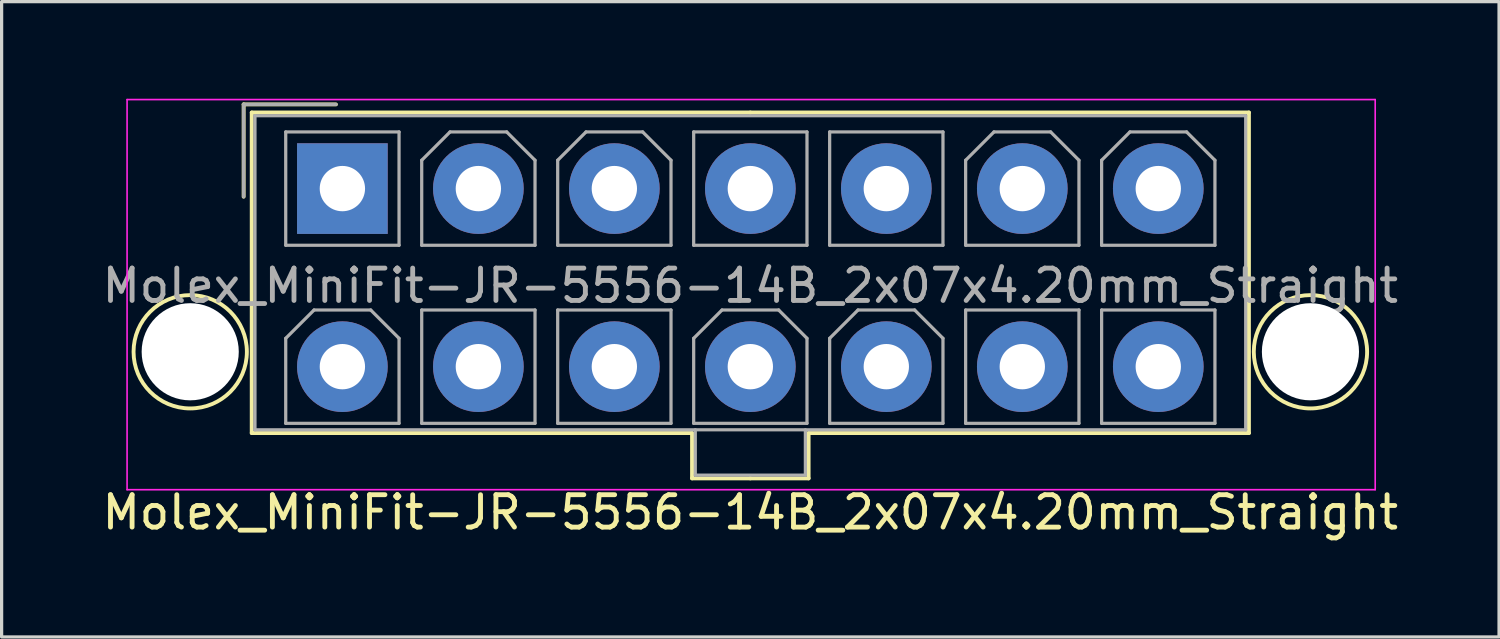
<source format=kicad_pcb>
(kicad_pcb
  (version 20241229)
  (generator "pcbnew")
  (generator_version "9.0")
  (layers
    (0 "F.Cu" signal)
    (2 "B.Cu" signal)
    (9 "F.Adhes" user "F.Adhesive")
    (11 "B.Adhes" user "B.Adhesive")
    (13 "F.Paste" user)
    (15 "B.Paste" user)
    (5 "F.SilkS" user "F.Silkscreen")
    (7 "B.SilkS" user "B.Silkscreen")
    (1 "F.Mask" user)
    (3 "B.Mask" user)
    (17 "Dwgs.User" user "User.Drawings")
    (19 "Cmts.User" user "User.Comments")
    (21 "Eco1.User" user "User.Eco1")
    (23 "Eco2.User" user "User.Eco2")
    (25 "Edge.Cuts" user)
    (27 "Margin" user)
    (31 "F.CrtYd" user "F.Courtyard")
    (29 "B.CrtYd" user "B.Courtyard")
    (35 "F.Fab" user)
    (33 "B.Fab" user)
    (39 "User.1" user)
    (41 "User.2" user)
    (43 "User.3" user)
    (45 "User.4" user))
  (footprint "Molex_MiniFit-JR-5556-14B_2x07x4.20mm_Straight"
    (layer "F.Cu")
    (at 7.525 2.775)
    (property "Reference" "Molex_MiniFit-JR-5556-14B_2x07x4.20mm_Straight" (at 12.6 10 0) (layer "F.SilkS") (effects (font (size 1 1) (thickness 0.15))))
    (attr through_hole)
    (fp_line (start -3.05 -2.6) (end -3.05 0.25) (stroke (width 0.12) (type solid)) (layer "F.SilkS"))
    (fp_line (start -2.8 -2.35) (end -2.8 7.55) (stroke (width 0.12) (type solid)) (layer "F.SilkS"))
    (fp_line (start -2.8 7.55) (end 10.8 7.55) (stroke (width 0.12) (type solid)) (layer "F.SilkS"))
    (fp_line (start -0.2 -2.6) (end -3.05 -2.6) (stroke (width 0.12) (type solid)) (layer "F.SilkS"))
    (fp_line (start 10.8 7.55) (end 10.8 8.95) (stroke (width 0.12) (type solid)) (layer "F.SilkS"))
    (fp_line (start 10.8 8.95) (end 12.6 8.95) (stroke (width 0.12) (type solid)) (layer "F.SilkS"))
    (fp_line (start 12.6 -2.35) (end -2.8 -2.35) (stroke (width 0.12) (type solid)) (layer "F.SilkS"))
    (fp_line (start 12.6 -2.35) (end 28 -2.35) (stroke (width 0.12) (type solid)) (layer "F.SilkS"))
    (fp_line (start 14.4 7.55) (end 14.4 8.95) (stroke (width 0.12) (type solid)) (layer "F.SilkS"))
    (fp_line (start 14.4 8.95) (end 12.6 8.95) (stroke (width 0.12) (type solid)) (layer "F.SilkS"))
    (fp_line (start 28 -2.35) (end 28 7.55) (stroke (width 0.12) (type solid)) (layer "F.SilkS"))
    (fp_line (start 28 7.55) (end 14.4 7.55) (stroke (width 0.12) (type solid)) (layer "F.SilkS"))
    (fp_circle (center -4.7 5.04) (end -2.95 5.04) (stroke (width 0.12) (type solid)) (fill no) (layer "F.SilkS"))
    (fp_circle (center 29.9 5.04) (end 31.65 5.04) (stroke (width 0.12) (type solid)) (fill no) (layer "F.SilkS"))
    (fp_line (start -6.65 -2.75) (end -6.65 9.3) (stroke (width 0.05) (type solid)) (layer "F.CrtYd"))
    (fp_line (start -6.65 9.3) (end 31.9 9.3) (stroke (width 0.05) (type solid)) (layer "F.CrtYd"))
    (fp_line (start 31.9 -2.75) (end -6.65 -2.75) (stroke (width 0.05) (type solid)) (layer "F.CrtYd"))
    (fp_line (start 31.9 9.3) (end 31.9 -2.75) (stroke (width 0.05) (type solid)) (layer "F.CrtYd"))
    (fp_line (start -3.05 -2.6) (end -3.05 0.25) (stroke (width 0.1) (type solid)) (layer "F.Fab"))
    (fp_line (start -2.7 -2.25) (end -2.7 7.45) (stroke (width 0.1) (type solid)) (layer "F.Fab"))
    (fp_line (start -2.7 7.45) (end 27.9 7.45) (stroke (width 0.1) (type solid)) (layer "F.Fab"))
    (fp_line (start -1.75 -1.75) (end -1.75 1.75) (stroke (width 0.1) (type solid)) (layer "F.Fab"))
    (fp_line (start -1.75 1.75) (end 1.75 1.75) (stroke (width 0.1) (type solid)) (layer "F.Fab"))
    (fp_line (start -1.75 4.625) (end -0.875 3.75) (stroke (width 0.1) (type solid)) (layer "F.Fab"))
    (fp_line (start -1.75 7.25) (end -1.75 4.625) (stroke (width 0.1) (type solid)) (layer "F.Fab"))
    (fp_line (start -0.875 3.75) (end 0.875 3.75) (stroke (width 0.1) (type solid)) (layer "F.Fab"))
    (fp_line (start -0.2 -2.6) (end -3.05 -2.6) (stroke (width 0.1) (type solid)) (layer "F.Fab"))
    (fp_line (start 0.875 3.75) (end 1.75 4.625) (stroke (width 0.1) (type solid)) (layer "F.Fab"))
    (fp_line (start 1.75 -1.75) (end -1.75 -1.75) (stroke (width 0.1) (type solid)) (layer "F.Fab"))
    (fp_line (start 1.75 1.75) (end 1.75 -1.75) (stroke (width 0.1) (type solid)) (layer "F.Fab"))
    (fp_line (start 1.75 4.625) (end 1.75 7.25) (stroke (width 0.1) (type solid)) (layer "F.Fab"))
    (fp_line (start 1.75 7.25) (end -1.75 7.25) (stroke (width 0.1) (type solid)) (layer "F.Fab"))
    (fp_line (start 2.45 -0.875) (end 3.325 -1.75) (stroke (width 0.1) (type solid)) (layer "F.Fab"))
    (fp_line (start 2.45 1.75) (end 2.45 -0.875) (stroke (width 0.1) (type solid)) (layer "F.Fab"))
    (fp_line (start 2.45 3.75) (end 2.45 7.25) (stroke (width 0.1) (type solid)) (layer "F.Fab"))
    (fp_line (start 2.45 7.25) (end 5.95 7.25) (stroke (width 0.1) (type solid)) (layer "F.Fab"))
    (fp_line (start 3.325 -1.75) (end 5.075 -1.75) (stroke (width 0.1) (type solid)) (layer "F.Fab"))
    (fp_line (start 5.075 -1.75) (end 5.95 -0.875) (stroke (width 0.1) (type solid)) (layer "F.Fab"))
    (fp_line (start 5.95 -0.875) (end 5.95 1.75) (stroke (width 0.1) (type solid)) (layer "F.Fab"))
    (fp_line (start 5.95 1.75) (end 2.45 1.75) (stroke (width 0.1) (type solid)) (layer "F.Fab"))
    (fp_line (start 5.95 3.75) (end 2.45 3.75) (stroke (width 0.1) (type solid)) (layer "F.Fab"))
    (fp_line (start 5.95 7.25) (end 5.95 3.75) (stroke (width 0.1) (type solid)) (layer "F.Fab"))
    (fp_line (start 6.65 -0.875) (end 7.525 -1.75) (stroke (width 0.1) (type solid)) (layer "F.Fab"))
    (fp_line (start 6.65 1.75) (end 6.65 -0.875) (stroke (width 0.1) (type solid)) (layer "F.Fab"))
    (fp_line (start 6.65 3.75) (end 6.65 7.25) (stroke (width 0.1) (type solid)) (layer "F.Fab"))
    (fp_line (start 6.65 7.25) (end 10.15 7.25) (stroke (width 0.1) (type solid)) (layer "F.Fab"))
    (fp_line (start 7.525 -1.75) (end 9.275 -1.75) (stroke (width 0.1) (type solid)) (layer "F.Fab"))
    (fp_line (start 9.275 -1.75) (end 10.15 -0.875) (stroke (width 0.1) (type solid)) (layer "F.Fab"))
    (fp_line (start 10.15 -0.875) (end 10.15 1.75) (stroke (width 0.1) (type solid)) (layer "F.Fab"))
    (fp_line (start 10.15 1.75) (end 6.65 1.75) (stroke (width 0.1) (type solid)) (layer "F.Fab"))
    (fp_line (start 10.15 3.75) (end 6.65 3.75) (stroke (width 0.1) (type solid)) (layer "F.Fab"))
    (fp_line (start 10.15 7.25) (end 10.15 3.75) (stroke (width 0.1) (type solid)) (layer "F.Fab"))
    (fp_line (start 10.85 -1.75) (end 10.85 1.75) (stroke (width 0.1) (type solid)) (layer "F.Fab"))
    (fp_line (start 10.85 1.75) (end 14.35 1.75) (stroke (width 0.1) (type solid)) (layer "F.Fab"))
    (fp_line (start 10.85 4.625) (end 11.725 3.75) (stroke (width 0.1) (type solid)) (layer "F.Fab"))
    (fp_line (start 10.85 7.25) (end 10.85 4.625) (stroke (width 0.1) (type solid)) (layer "F.Fab"))
    (fp_line (start 10.9 7.45) (end 10.9 8.85) (stroke (width 0.1) (type solid)) (layer "F.Fab"))
    (fp_line (start 10.9 8.85) (end 14.3 8.85) (stroke (width 0.1) (type solid)) (layer "F.Fab"))
    (fp_line (start 11.725 3.75) (end 13.475 3.75) (stroke (width 0.1) (type solid)) (layer "F.Fab"))
    (fp_line (start 13.475 3.75) (end 14.35 4.625) (stroke (width 0.1) (type solid)) (layer "F.Fab"))
    (fp_line (start 14.3 8.85) (end 14.3 7.45) (stroke (width 0.1) (type solid)) (layer "F.Fab"))
    (fp_line (start 14.35 -1.75) (end 10.85 -1.75) (stroke (width 0.1) (type solid)) (layer "F.Fab"))
    (fp_line (start 14.35 1.75) (end 14.35 -1.75) (stroke (width 0.1) (type solid)) (layer "F.Fab"))
    (fp_line (start 14.35 4.625) (end 14.35 7.25) (stroke (width 0.1) (type solid)) (layer "F.Fab"))
    (fp_line (start 14.35 7.25) (end 10.85 7.25) (stroke (width 0.1) (type solid)) (layer "F.Fab"))
    (fp_line (start 15.05 -1.75) (end 15.05 1.75) (stroke (width 0.1) (type solid)) (layer "F.Fab"))
    (fp_line (start 15.05 1.75) (end 18.55 1.75) (stroke (width 0.1) (type solid)) (layer "F.Fab"))
    (fp_line (start 15.05 4.625) (end 15.925 3.75) (stroke (width 0.1) (type solid)) (layer "F.Fab"))
    (fp_line (start 15.05 7.25) (end 15.05 4.625) (stroke (width 0.1) (type solid)) (layer "F.Fab"))
    (fp_line (start 15.925 3.75) (end 17.675 3.75) (stroke (width 0.1) (type solid)) (layer "F.Fab"))
    (fp_line (start 17.675 3.75) (end 18.55 4.625) (stroke (width 0.1) (type solid)) (layer "F.Fab"))
    (fp_line (start 18.55 -1.75) (end 15.05 -1.75) (stroke (width 0.1) (type solid)) (layer "F.Fab"))
    (fp_line (start 18.55 1.75) (end 18.55 -1.75) (stroke (width 0.1) (type solid)) (layer "F.Fab"))
    (fp_line (start 18.55 4.625) (end 18.55 7.25) (stroke (width 0.1) (type solid)) (layer "F.Fab"))
    (fp_line (start 18.55 7.25) (end 15.05 7.25) (stroke (width 0.1) (type solid)) (layer "F.Fab"))
    (fp_line (start 19.25 -0.875) (end 20.125 -1.75) (stroke (width 0.1) (type solid)) (layer "F.Fab"))
    (fp_line (start 19.25 1.75) (end 19.25 -0.875) (stroke (width 0.1) (type solid)) (layer "F.Fab"))
    (fp_line (start 19.25 3.75) (end 19.25 7.25) (stroke (width 0.1) (type solid)) (layer "F.Fab"))
    (fp_line (start 19.25 7.25) (end 22.75 7.25) (stroke (width 0.1) (type solid)) (layer "F.Fab"))
    (fp_line (start 20.125 -1.75) (end 21.875 -1.75) (stroke (width 0.1) (type solid)) (layer "F.Fab"))
    (fp_line (start 21.875 -1.75) (end 22.75 -0.875) (stroke (width 0.1) (type solid)) (layer "F.Fab"))
    (fp_line (start 22.75 -0.875) (end 22.75 1.75) (stroke (width 0.1) (type solid)) (layer "F.Fab"))
    (fp_line (start 22.75 1.75) (end 19.25 1.75) (stroke (width 0.1) (type solid)) (layer "F.Fab"))
    (fp_line (start 22.75 3.75) (end 19.25 3.75) (stroke (width 0.1) (type solid)) (layer "F.Fab"))
    (fp_line (start 22.75 7.25) (end 22.75 3.75) (stroke (width 0.1) (type solid)) (layer "F.Fab"))
    (fp_line (start 23.45 -0.875) (end 24.325 -1.75) (stroke (width 0.1) (type solid)) (layer "F.Fab"))
    (fp_line (start 23.45 1.75) (end 23.45 -0.875) (stroke (width 0.1) (type solid)) (layer "F.Fab"))
    (fp_line (start 23.45 3.75) (end 23.45 7.25) (stroke (width 0.1) (type solid)) (layer "F.Fab"))
    (fp_line (start 23.45 7.25) (end 26.95 7.25) (stroke (width 0.1) (type solid)) (layer "F.Fab"))
    (fp_line (start 24.325 -1.75) (end 26.075 -1.75) (stroke (width 0.1) (type solid)) (layer "F.Fab"))
    (fp_line (start 26.075 -1.75) (end 26.95 -0.875) (stroke (width 0.1) (type solid)) (layer "F.Fab"))
    (fp_line (start 26.95 -0.875) (end 26.95 1.75) (stroke (width 0.1) (type solid)) (layer "F.Fab"))
    (fp_line (start 26.95 1.75) (end 23.45 1.75) (stroke (width 0.1) (type solid)) (layer "F.Fab"))
    (fp_line (start 26.95 3.75) (end 23.45 3.75) (stroke (width 0.1) (type solid)) (layer "F.Fab"))
    (fp_line (start 26.95 7.25) (end 26.95 3.75) (stroke (width 0.1) (type solid)) (layer "F.Fab"))
    (fp_line (start 27.9 -2.25) (end -2.7 -2.25) (stroke (width 0.1) (type solid)) (layer "F.Fab"))
    (fp_line (start 27.9 7.45) (end 27.9 -2.25) (stroke (width 0.1) (type solid)) (layer "F.Fab"))
    (fp_text user "${REFERENCE}" (at 12.6 3 0) (layer "F.Fab") (effects (font (size 1 1) (thickness 0.15))))
    (pad "" np_thru_hole circle (at -4.7 5.04) (size 3 3) (drill 3) (layers "*.Cu" "*.Mask"))
    (pad "" np_thru_hole circle (at 29.9 5.04) (size 3 3) (drill 3) (layers "*.Cu" "*.Mask"))
    (pad "1" thru_hole rect (at 0 0) (size 2.8 2.8) (drill 1.4) (layers "*.Cu" "*.Mask"))
    (pad "2" thru_hole circle (at 4.2 0) (size 2.8 2.8) (drill 1.4) (layers "*.Cu" "*.Mask"))
    (pad "3" thru_hole circle (at 8.4 0) (size 2.8 2.8) (drill 1.4) (layers "*.Cu" "*.Mask"))
    (pad "4" thru_hole circle (at 12.6 0) (size 2.8 2.8) (drill 1.4) (layers "*.Cu" "*.Mask"))
    (pad "5" thru_hole circle (at 16.8 0) (size 2.8 2.8) (drill 1.4) (layers "*.Cu" "*.Mask"))
    (pad "6" thru_hole circle (at 21 0) (size 2.8 2.8) (drill 1.4) (layers "*.Cu" "*.Mask"))
    (pad "7" thru_hole circle (at 25.2 0) (size 2.8 2.8) (drill 1.4) (layers "*.Cu" "*.Mask"))
    (pad "8" thru_hole circle (at 0 5.5) (size 2.8 2.8) (drill 1.4) (layers "*.Cu" "*.Mask"))
    (pad "9" thru_hole circle (at 4.2 5.5) (size 2.8 2.8) (drill 1.4) (layers "*.Cu" "*.Mask"))
    (pad "10" thru_hole circle (at 8.4 5.5) (size 2.8 2.8) (drill 1.4) (layers "*.Cu" "*.Mask"))
    (pad "11" thru_hole circle (at 12.6 5.5) (size 2.8 2.8) (drill 1.4) (layers "*.Cu" "*.Mask"))
    (pad "12" thru_hole circle (at 16.8 5.5) (size 2.8 2.8) (drill 1.4) (layers "*.Cu" "*.Mask"))
    (pad "13" thru_hole circle (at 21 5.5) (size 2.8 2.8) (drill 1.4) (layers "*.Cu" "*.Mask"))
    (pad "14" thru_hole circle (at 25.2 5.5) (size 2.8 2.8) (drill 1.4) (layers "*.Cu" "*.Mask")))
  (gr_rect
    (start -3 -3)
    (end 43.25 16.623)
    (stroke (width 0.1) (type default))
    (fill no)
    (layer "Edge.Cuts")))
</source>
